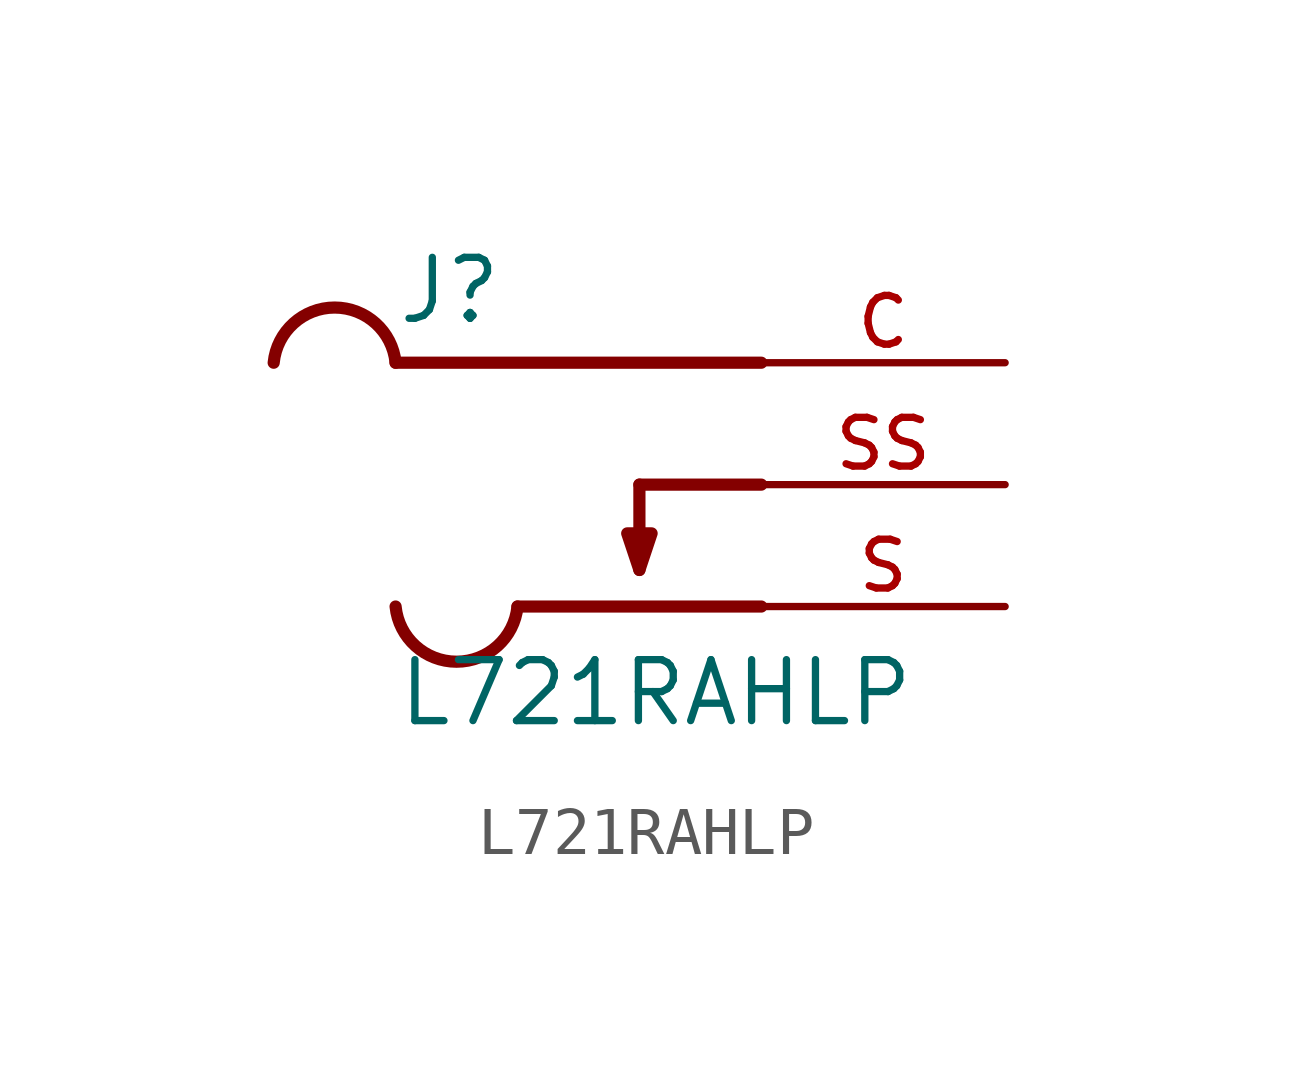
<source format=kicad_sym>
(kicad_symbol_lib
  (version 20211014)
  (generator kicad_symbol_editor)
  (symbol "L721RAHLP"
    (pin_names
      (offset 1.016))
    (property "Reference" "J"
      (at -5.08 3.302 0)
      (effects (font (size 1.27 1.27)) (justify bottom left)))
    (property "Value" "L721RAHLP"
      (at -5.08 -5.08 0)
      (effects (font (size 1.27 1.27)) (justify bottom left)))
    (symbol "L721RAHLP_0_0"
      (polyline (pts (xy 0.0 0.0) (xy 2.54 0.0)) (stroke (width 0.254)))
      (polyline (pts (xy 0.0 0.0) (xy 0.0 -1.778)) (stroke (width 0.254)))
      (polyline (pts (xy 0.0 -1.778) (xy -0.254 -1.016) (xy 0.254 -1.016) (xy 0.0 -1.778)) (stroke (width 0.254)) (fill (type outline)))
      (polyline (pts (xy -5.08 2.54) (xy 2.54 2.54)) (stroke (width 0.254)))
      (polyline (pts (xy -2.54 -2.54) (xy 2.54 -2.54)) (stroke (width 0.254)))
      (arc (start -7.62 2.54) (mid -6.3436 3.6893) (end -5.08 2.54) (stroke (width 0.254) (type default) (color 0 0 0 0)) (fill (type none)))
      (arc (start -2.54 -2.54) (mid -3.8164 -3.6893) (end -5.08 -2.54) (stroke (width 0.254) (type default) (color 0 0 0 0)) (fill (type none)))
      (pin passive line (at 7.62 0.0 180.0) (length 5.08) (name "~" (effects (font (size 1.016 1.016)))) (number "SS" (effects (font (size 1.016 1.016)))))
      (pin passive line (at 7.62 -2.54 180.0) (length 5.08) (name "~" (effects (font (size 1.016 1.016)))) (number "S" (effects (font (size 1.016 1.016)))))
      (pin passive line (at 7.62 2.54 180.0) (length 5.08) (name "~" (effects (font (size 1.016 1.016)))) (number "C" (effects (font (size 1.016 1.016))))))))
</source>
